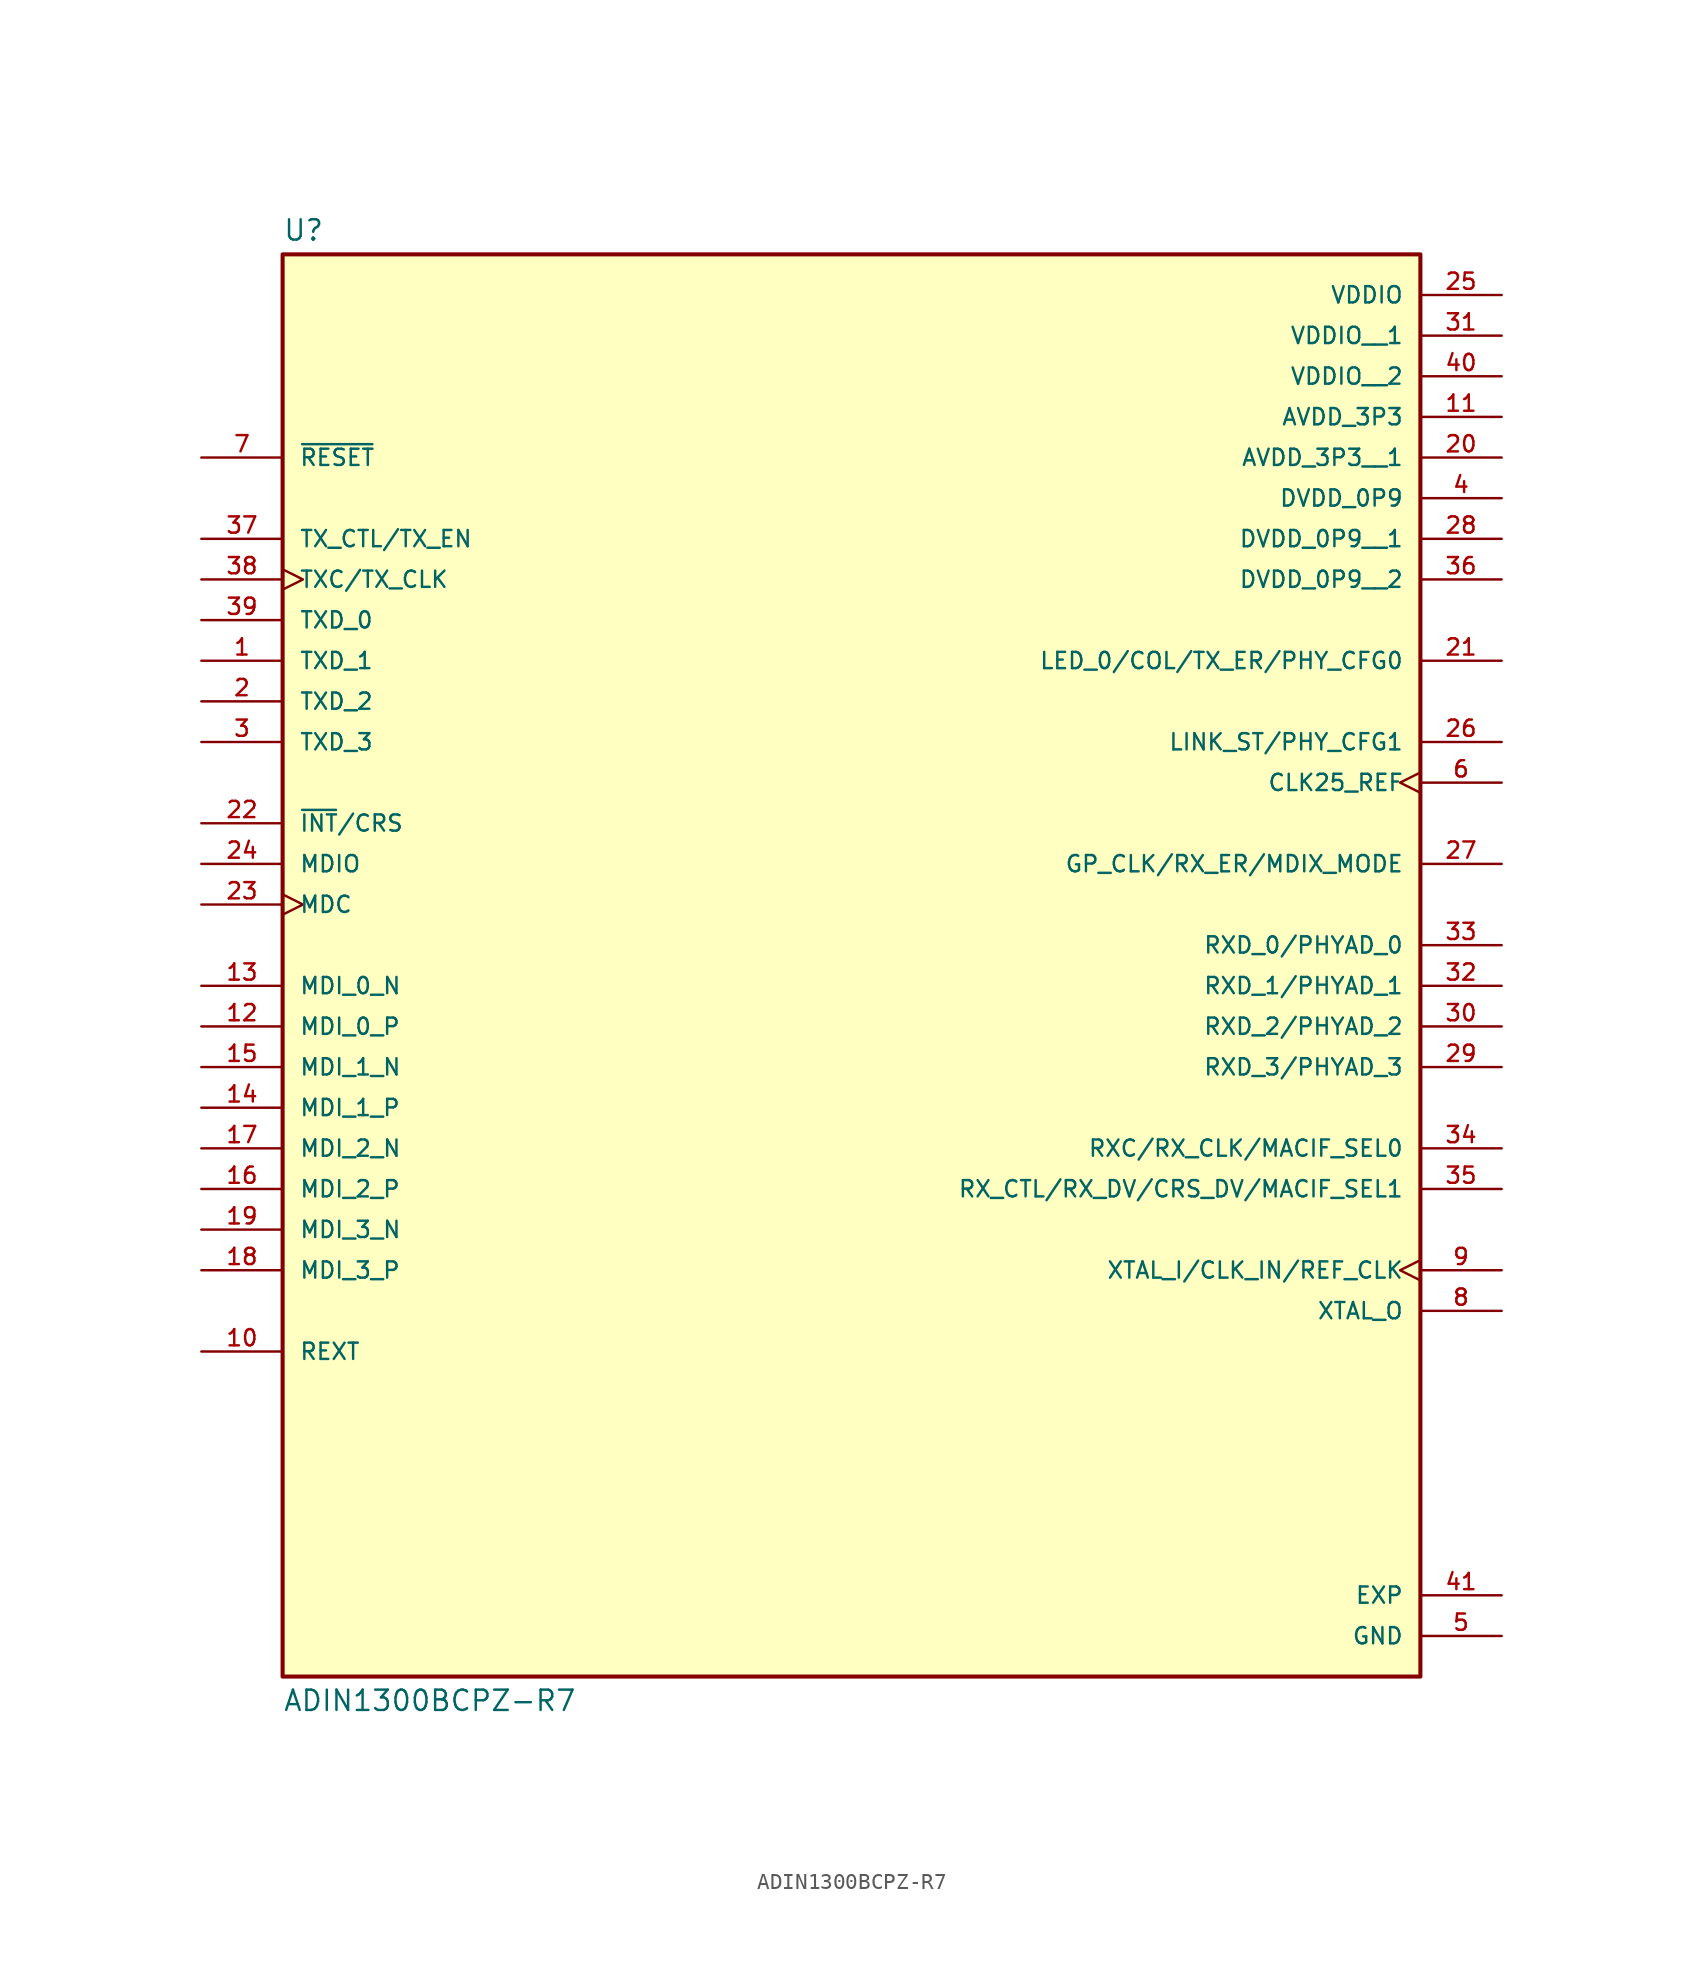
<source format=kicad_sym>
(kicad_symbol_lib
  (version 20211014)
  (generator kicad_symbol_editor)
  (symbol "ADIN1300BCPZ-R7"
    (pin_names
      (offset 1.016))
    (property "Reference" "U"
      (at -35.56 38.862 0)
      (effects (font (size 1.27 1.27)) (justify bottom left)))
    (property "Value" "ADIN1300BCPZ-R7"
      (at -35.56 -51.562 0)
      (effects (font (size 1.27 1.27)) (justify top left)))
    (symbol "ADIN1300BCPZ-R7_0_0"
      (rectangle (start -35.56 -50.8) (end 35.56 38.1) (stroke (width 0.254)) (fill (type background)))
      (pin power_in line (at 40.64 27.94 180.0) (length 5.08) (name "AVDD_3P3" (effects (font (size 1.016 1.016)))) (number "11" (effects (font (size 1.016 1.016)))))
      (pin power_in line (at 40.64 22.86 180.0) (length 5.08) (name "DVDD_0P9" (effects (font (size 1.016 1.016)))) (number "4" (effects (font (size 1.016 1.016)))))
      (pin power_in line (at 40.64 35.56 180.0) (length 5.08) (name "VDDIO" (effects (font (size 1.016 1.016)))) (number "25" (effects (font (size 1.016 1.016)))))
      (pin input line (at -40.64 25.4 0) (length 5.08) (name "~{RESET}" (effects (font (size 1.016 1.016)))) (number "7" (effects (font (size 1.016 1.016)))))
      (pin input clock (at -40.64 -2.54 0) (length 5.08) (name "MDC" (effects (font (size 1.016 1.016)))) (number "23" (effects (font (size 1.016 1.016)))))
      (pin input line (at -40.64 20.32 0) (length 5.08) (name "TX_CTL/TX_EN" (effects (font (size 1.016 1.016)))) (number "37" (effects (font (size 1.016 1.016)))))
      (pin input line (at -40.64 15.24 0) (length 5.08) (name "TXD_0" (effects (font (size 1.016 1.016)))) (number "39" (effects (font (size 1.016 1.016)))))
      (pin input line (at -40.64 12.7 0) (length 5.08) (name "TXD_1" (effects (font (size 1.016 1.016)))) (number "1" (effects (font (size 1.016 1.016)))))
      (pin input line (at -40.64 10.16 0) (length 5.08) (name "TXD_2" (effects (font (size 1.016 1.016)))) (number "2" (effects (font (size 1.016 1.016)))))
      (pin input line (at -40.64 7.62 0) (length 5.08) (name "TXD_3" (effects (font (size 1.016 1.016)))) (number "3" (effects (font (size 1.016 1.016)))))
      (pin input clock (at 40.64 -25.4 180.0) (length 5.08) (name "XTAL_I/CLK_IN/REF_CLK" (effects (font (size 1.016 1.016)))) (number "9" (effects (font (size 1.016 1.016)))))
      (pin bidirectional line (at -40.64 -7.62 0) (length 5.08) (name "MDI_0_N" (effects (font (size 1.016 1.016)))) (number "13" (effects (font (size 1.016 1.016)))))
      (pin bidirectional line (at -40.64 -10.16 0) (length 5.08) (name "MDI_0_P" (effects (font (size 1.016 1.016)))) (number "12" (effects (font (size 1.016 1.016)))))
      (pin bidirectional line (at -40.64 -12.7 0) (length 5.08) (name "MDI_1_N" (effects (font (size 1.016 1.016)))) (number "15" (effects (font (size 1.016 1.016)))))
      (pin bidirectional line (at -40.64 -15.24 0) (length 5.08) (name "MDI_1_P" (effects (font (size 1.016 1.016)))) (number "14" (effects (font (size 1.016 1.016)))))
      (pin bidirectional line (at -40.64 -17.78 0) (length 5.08) (name "MDI_2_N" (effects (font (size 1.016 1.016)))) (number "17" (effects (font (size 1.016 1.016)))))
      (pin bidirectional line (at -40.64 -20.32 0) (length 5.08) (name "MDI_2_P" (effects (font (size 1.016 1.016)))) (number "16" (effects (font (size 1.016 1.016)))))
      (pin bidirectional line (at -40.64 -22.86 0) (length 5.08) (name "MDI_3_N" (effects (font (size 1.016 1.016)))) (number "19" (effects (font (size 1.016 1.016)))))
      (pin bidirectional line (at -40.64 -25.4 0) (length 5.08) (name "MDI_3_P" (effects (font (size 1.016 1.016)))) (number "18" (effects (font (size 1.016 1.016)))))
      (pin bidirectional line (at -40.64 0.0 0) (length 5.08) (name "MDIO" (effects (font (size 1.016 1.016)))) (number "24" (effects (font (size 1.016 1.016)))))
      (pin bidirectional clock (at -40.64 17.78 0) (length 5.08) (name "TXC/TX_CLK" (effects (font (size 1.016 1.016)))) (number "38" (effects (font (size 1.016 1.016)))))
      (pin power_in line (at 40.64 -45.72 180.0) (length 5.08) (name "EXP" (effects (font (size 1.016 1.016)))) (number "41" (effects (font (size 1.016 1.016)))))
      (pin passive line (at -40.64 -30.48 0) (length 5.08) (name "REXT" (effects (font (size 1.016 1.016)))) (number "10" (effects (font (size 1.016 1.016)))))
      (pin output line (at -40.64 2.54 0) (length 5.08) (name "~{INT}/CRS" (effects (font (size 1.016 1.016)))) (number "22" (effects (font (size 1.016 1.016)))))
      (pin output clock (at 40.64 5.08 180.0) (length 5.08) (name "CLK25_REF" (effects (font (size 1.016 1.016)))) (number "6" (effects (font (size 1.016 1.016)))))
      (pin output line (at 40.64 0.0 180.0) (length 5.08) (name "GP_CLK/RX_ER/MDIX_MODE" (effects (font (size 1.016 1.016)))) (number "27" (effects (font (size 1.016 1.016)))))
      (pin output line (at 40.64 12.7 180.0) (length 5.08) (name "LED_0/COL/TX_ER/PHY_CFG0" (effects (font (size 1.016 1.016)))) (number "21" (effects (font (size 1.016 1.016)))))
      (pin output line (at 40.64 7.62 180.0) (length 5.08) (name "LINK_ST/PHY_CFG1" (effects (font (size 1.016 1.016)))) (number "26" (effects (font (size 1.016 1.016)))))
      (pin bidirectional line (at 40.64 -20.32 180.0) (length 5.08) (name "RX_CTL/RX_DV/CRS_DV/MACIF_SEL1" (effects (font (size 1.016 1.016)))) (number "35" (effects (font (size 1.016 1.016)))))
      (pin bidirectional line (at 40.64 -17.78 180.0) (length 5.08) (name "RXC/RX_CLK/MACIF_SEL0" (effects (font (size 1.016 1.016)))) (number "34" (effects (font (size 1.016 1.016)))))
      (pin output line (at 40.64 -5.08 180.0) (length 5.08) (name "RXD_0/PHYAD_0" (effects (font (size 1.016 1.016)))) (number "33" (effects (font (size 1.016 1.016)))))
      (pin output line (at 40.64 -7.62 180.0) (length 5.08) (name "RXD_1/PHYAD_1" (effects (font (size 1.016 1.016)))) (number "32" (effects (font (size 1.016 1.016)))))
      (pin output line (at 40.64 -10.16 180.0) (length 5.08) (name "RXD_2/PHYAD_2" (effects (font (size 1.016 1.016)))) (number "30" (effects (font (size 1.016 1.016)))))
      (pin output line (at 40.64 -12.7 180.0) (length 5.08) (name "RXD_3/PHYAD_3" (effects (font (size 1.016 1.016)))) (number "29" (effects (font (size 1.016 1.016)))))
      (pin output line (at 40.64 -27.94 180.0) (length 5.08) (name "XTAL_O" (effects (font (size 1.016 1.016)))) (number "8" (effects (font (size 1.016 1.016)))))
      (pin power_in line (at 40.64 -48.26 180.0) (length 5.08) (name "GND" (effects (font (size 1.016 1.016)))) (number "5" (effects (font (size 1.016 1.016)))))
      (pin power_in line (at 40.64 33.02 180.0) (length 5.08) (name "VDDIO__1" (effects (font (size 1.016 1.016)))) (number "31" (effects (font (size 1.016 1.016)))))
      (pin power_in line (at 40.64 30.48 180.0) (length 5.08) (name "VDDIO__2" (effects (font (size 1.016 1.016)))) (number "40" (effects (font (size 1.016 1.016)))))
      (pin power_in line (at 40.64 25.4 180.0) (length 5.08) (name "AVDD_3P3__1" (effects (font (size 1.016 1.016)))) (number "20" (effects (font (size 1.016 1.016)))))
      (pin power_in line (at 40.64 20.32 180.0) (length 5.08) (name "DVDD_0P9__1" (effects (font (size 1.016 1.016)))) (number "28" (effects (font (size 1.016 1.016)))))
      (pin power_in line (at 40.64 17.78 180.0) (length 5.08) (name "DVDD_0P9__2" (effects (font (size 1.016 1.016)))) (number "36" (effects (font (size 1.016 1.016))))))))
</source>
